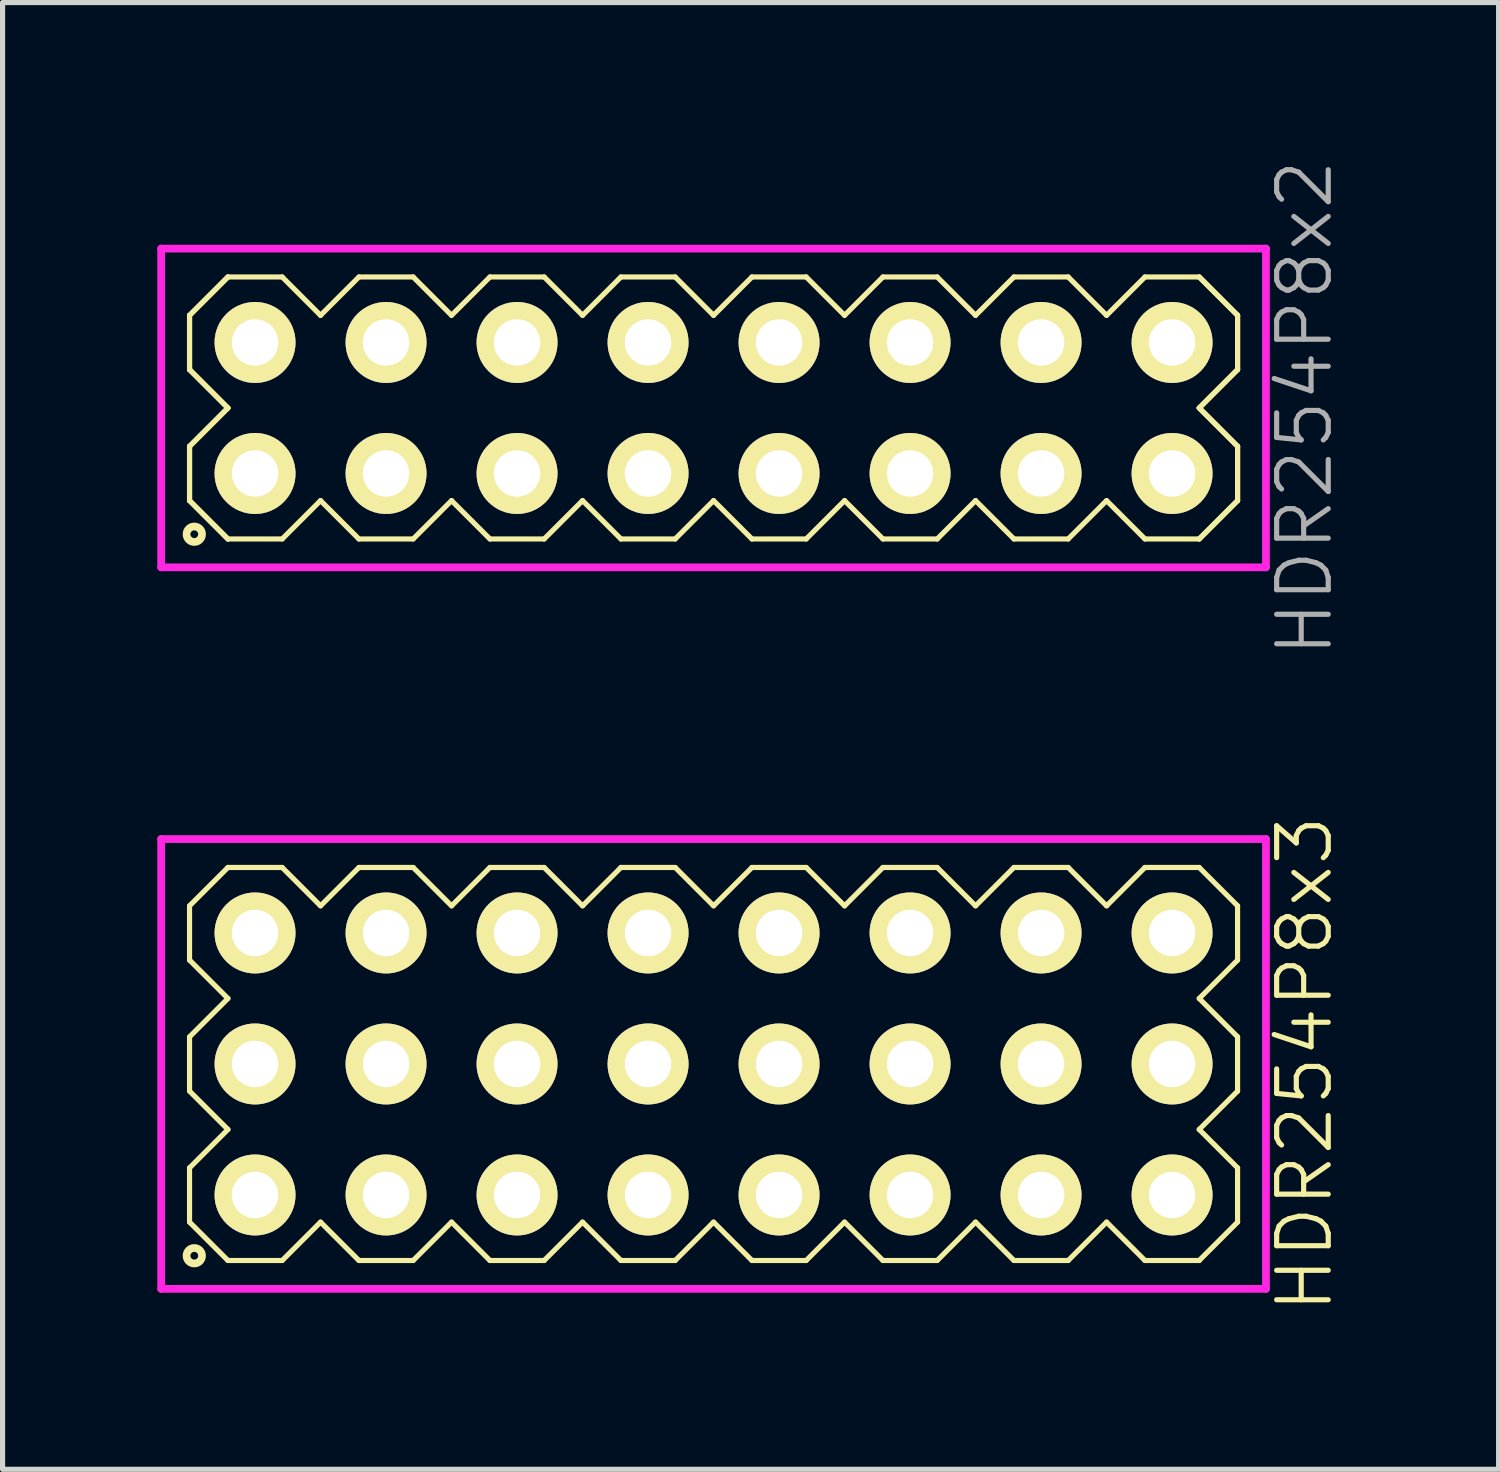
<source format=kicad_pcb>
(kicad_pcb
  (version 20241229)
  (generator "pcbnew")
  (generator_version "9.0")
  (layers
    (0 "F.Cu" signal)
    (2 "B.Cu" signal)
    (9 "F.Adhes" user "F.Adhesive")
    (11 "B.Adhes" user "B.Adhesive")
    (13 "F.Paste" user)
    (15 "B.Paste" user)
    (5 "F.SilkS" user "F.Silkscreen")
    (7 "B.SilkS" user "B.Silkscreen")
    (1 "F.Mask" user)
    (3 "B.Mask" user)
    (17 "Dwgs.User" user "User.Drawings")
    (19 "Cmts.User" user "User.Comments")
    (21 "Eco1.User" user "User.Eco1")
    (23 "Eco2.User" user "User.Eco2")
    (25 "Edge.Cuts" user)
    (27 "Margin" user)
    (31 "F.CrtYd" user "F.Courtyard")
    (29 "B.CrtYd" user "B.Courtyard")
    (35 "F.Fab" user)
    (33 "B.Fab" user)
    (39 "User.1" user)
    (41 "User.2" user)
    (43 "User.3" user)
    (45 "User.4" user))
  (footprint "HDR254P8x2"
    (layer "F.Cu")
    (at 10.785 4.86)
    (property "Reference" "HDR254P8x2" (at 11.46 0 90) (layer "F.Fab") (effects (font (size 1 1) (thickness 0.1))))
    (attr through_hole)
    (fp_line (start -10.16 -1.796) (end -9.416 -2.54) (stroke (width 0.1) (type solid)) (layer "F.SilkS"))
    (fp_line (start -10.16 -1.796) (end -9.416 -2.54) (stroke (width 0.1) (type solid)) (layer "F.SilkS"))
    (fp_line (start -10.16 -0.744) (end -10.16 -1.796) (stroke (width 0.1) (type solid)) (layer "F.SilkS"))
    (fp_line (start -10.16 -0.744) (end -10.16 -1.796) (stroke (width 0.1) (type solid)) (layer "F.SilkS"))
    (fp_line (start -10.16 0.744) (end -9.416 0) (stroke (width 0.1) (type solid)) (layer "F.SilkS"))
    (fp_line (start -10.16 0.744) (end -9.416 0) (stroke (width 0.1) (type solid)) (layer "F.SilkS"))
    (fp_line (start -10.16 1.796) (end -10.16 0.744) (stroke (width 0.1) (type solid)) (layer "F.SilkS"))
    (fp_line (start -10.16 1.796) (end -10.16 0.744) (stroke (width 0.1) (type solid)) (layer "F.SilkS"))
    (fp_line (start -9.416 -2.54) (end -8.364 -2.54) (stroke (width 0.1) (type solid)) (layer "F.SilkS"))
    (fp_line (start -9.416 0) (end -10.16 -0.744) (stroke (width 0.1) (type solid)) (layer "F.SilkS"))
    (fp_line (start -9.416 0) (end -10.16 -0.744) (stroke (width 0.1) (type solid)) (layer "F.SilkS"))
    (fp_line (start -9.416 2.54) (end -10.16 1.796) (stroke (width 0.1) (type solid)) (layer "F.SilkS"))
    (fp_line (start -9.416 2.54) (end -10.16 1.796) (stroke (width 0.1) (type solid)) (layer "F.SilkS"))
    (fp_line (start -8.364 -2.54) (end -7.62 -1.796) (stroke (width 0.1) (type solid)) (layer "F.SilkS"))
    (fp_line (start -8.364 2.54) (end -9.416 2.54) (stroke (width 0.1) (type solid)) (layer "F.SilkS"))
    (fp_line (start -7.62 -1.796) (end -6.876 -2.54) (stroke (width 0.1) (type solid)) (layer "F.SilkS"))
    (fp_line (start -7.62 1.796) (end -8.364 2.54) (stroke (width 0.1) (type solid)) (layer "F.SilkS"))
    (fp_line (start -6.876 -2.54) (end -5.824 -2.54) (stroke (width 0.1) (type solid)) (layer "F.SilkS"))
    (fp_line (start -6.876 2.54) (end -7.62 1.796) (stroke (width 0.1) (type solid)) (layer "F.SilkS"))
    (fp_line (start -5.824 -2.54) (end -5.08 -1.796) (stroke (width 0.1) (type solid)) (layer "F.SilkS"))
    (fp_line (start -5.824 2.54) (end -6.876 2.54) (stroke (width 0.1) (type solid)) (layer "F.SilkS"))
    (fp_line (start -5.08 -1.796) (end -4.336 -2.54) (stroke (width 0.1) (type solid)) (layer "F.SilkS"))
    (fp_line (start -5.08 1.796) (end -5.824 2.54) (stroke (width 0.1) (type solid)) (layer "F.SilkS"))
    (fp_line (start -4.336 -2.54) (end -3.284 -2.54) (stroke (width 0.1) (type solid)) (layer "F.SilkS"))
    (fp_line (start -4.336 2.54) (end -5.08 1.796) (stroke (width 0.1) (type solid)) (layer "F.SilkS"))
    (fp_line (start -3.284 -2.54) (end -2.54 -1.796) (stroke (width 0.1) (type solid)) (layer "F.SilkS"))
    (fp_line (start -3.284 2.54) (end -4.336 2.54) (stroke (width 0.1) (type solid)) (layer "F.SilkS"))
    (fp_line (start -2.54 -1.796) (end -1.796 -2.54) (stroke (width 0.1) (type solid)) (layer "F.SilkS"))
    (fp_line (start -2.54 1.796) (end -3.284 2.54) (stroke (width 0.1) (type solid)) (layer "F.SilkS"))
    (fp_line (start -1.796 -2.54) (end -0.744 -2.54) (stroke (width 0.1) (type solid)) (layer "F.SilkS"))
    (fp_line (start -1.796 2.54) (end -2.54 1.796) (stroke (width 0.1) (type solid)) (layer "F.SilkS"))
    (fp_line (start -0.744 -2.54) (end 0 -1.796) (stroke (width 0.1) (type solid)) (layer "F.SilkS"))
    (fp_line (start -0.744 2.54) (end -1.796 2.54) (stroke (width 0.1) (type solid)) (layer "F.SilkS"))
    (fp_line (start 0 -1.796) (end 0.744 -2.54) (stroke (width 0.1) (type solid)) (layer "F.SilkS"))
    (fp_line (start 0 1.796) (end -0.744 2.54) (stroke (width 0.1) (type solid)) (layer "F.SilkS"))
    (fp_line (start 0.744 -2.54) (end 1.796 -2.54) (stroke (width 0.1) (type solid)) (layer "F.SilkS"))
    (fp_line (start 0.744 2.54) (end 0 1.796) (stroke (width 0.1) (type solid)) (layer "F.SilkS"))
    (fp_line (start 1.796 -2.54) (end 2.54 -1.796) (stroke (width 0.1) (type solid)) (layer "F.SilkS"))
    (fp_line (start 1.796 2.54) (end 0.744 2.54) (stroke (width 0.1) (type solid)) (layer "F.SilkS"))
    (fp_line (start 2.54 -1.796) (end 3.284 -2.54) (stroke (width 0.1) (type solid)) (layer "F.SilkS"))
    (fp_line (start 2.54 1.796) (end 1.796 2.54) (stroke (width 0.1) (type solid)) (layer "F.SilkS"))
    (fp_line (start 3.284 -2.54) (end 4.336 -2.54) (stroke (width 0.1) (type solid)) (layer "F.SilkS"))
    (fp_line (start 3.284 2.54) (end 2.54 1.796) (stroke (width 0.1) (type solid)) (layer "F.SilkS"))
    (fp_line (start 4.336 -2.54) (end 5.08 -1.796) (stroke (width 0.1) (type solid)) (layer "F.SilkS"))
    (fp_line (start 4.336 2.54) (end 3.284 2.54) (stroke (width 0.1) (type solid)) (layer "F.SilkS"))
    (fp_line (start 5.08 -1.796) (end 5.824 -2.54) (stroke (width 0.1) (type solid)) (layer "F.SilkS"))
    (fp_line (start 5.08 1.796) (end 4.336 2.54) (stroke (width 0.1) (type solid)) (layer "F.SilkS"))
    (fp_line (start 5.824 -2.54) (end 6.876 -2.54) (stroke (width 0.1) (type solid)) (layer "F.SilkS"))
    (fp_line (start 5.824 2.54) (end 5.08 1.796) (stroke (width 0.1) (type solid)) (layer "F.SilkS"))
    (fp_line (start 6.876 -2.54) (end 7.62 -1.796) (stroke (width 0.1) (type solid)) (layer "F.SilkS"))
    (fp_line (start 6.876 2.54) (end 5.824 2.54) (stroke (width 0.1) (type solid)) (layer "F.SilkS"))
    (fp_line (start 7.62 -1.796) (end 8.364 -2.54) (stroke (width 0.1) (type solid)) (layer "F.SilkS"))
    (fp_line (start 7.62 1.796) (end 6.876 2.54) (stroke (width 0.1) (type solid)) (layer "F.SilkS"))
    (fp_line (start 8.364 -2.54) (end 9.416 -2.54) (stroke (width 0.1) (type solid)) (layer "F.SilkS"))
    (fp_line (start 8.364 2.54) (end 7.62 1.796) (stroke (width 0.1) (type solid)) (layer "F.SilkS"))
    (fp_line (start 9.416 -2.54) (end 10.16 -1.796) (stroke (width 0.1) (type solid)) (layer "F.SilkS"))
    (fp_line (start 9.416 -2.54) (end 10.16 -1.796) (stroke (width 0.1) (type solid)) (layer "F.SilkS"))
    (fp_line (start 9.416 0) (end 10.16 0.744) (stroke (width 0.1) (type solid)) (layer "F.SilkS"))
    (fp_line (start 9.416 0) (end 10.16 0.744) (stroke (width 0.1) (type solid)) (layer "F.SilkS"))
    (fp_line (start 9.416 2.54) (end 8.364 2.54) (stroke (width 0.1) (type solid)) (layer "F.SilkS"))
    (fp_line (start 10.16 -1.796) (end 10.16 -0.744) (stroke (width 0.1) (type solid)) (layer "F.SilkS"))
    (fp_line (start 10.16 -1.796) (end 10.16 -0.744) (stroke (width 0.1) (type solid)) (layer "F.SilkS"))
    (fp_line (start 10.16 -0.744) (end 9.416 0) (stroke (width 0.1) (type solid)) (layer "F.SilkS"))
    (fp_line (start 10.16 -0.744) (end 9.416 0) (stroke (width 0.1) (type solid)) (layer "F.SilkS"))
    (fp_line (start 10.16 0.744) (end 10.16 1.796) (stroke (width 0.1) (type solid)) (layer "F.SilkS"))
    (fp_line (start 10.16 0.744) (end 10.16 1.796) (stroke (width 0.1) (type solid)) (layer "F.SilkS"))
    (fp_line (start 10.16 1.796) (end 9.416 2.54) (stroke (width 0.1) (type solid)) (layer "F.SilkS"))
    (fp_line (start 10.16 1.796) (end 9.416 2.54) (stroke (width 0.1) (type solid)) (layer "F.SilkS"))
    (fp_circle (center -10.068 2.448) (end -9.918 2.448) (stroke (width 0.15) (type solid)) (fill no) (layer "F.SilkS"))
    (fp_line (start -10.71 -3.09) (end -10.71 3.09) (stroke (width 0.15) (type solid)) (layer "F.CrtYd"))
    (fp_line (start -10.71 3.09) (end 10.71 3.09) (stroke (width 0.15) (type solid)) (layer "F.CrtYd"))
    (fp_line (start 10.71 -3.09) (end -10.71 -3.09) (stroke (width 0.15) (type solid)) (layer "F.CrtYd"))
    (fp_line (start 10.71 3.09) (end 10.71 -3.09) (stroke (width 0.15) (type solid)) (layer "F.CrtYd"))
    (pad "1" thru_hole oval (at -8.89 1.27) (size 1.57 1.57) (drill 0.9) (layers "*.Cu" "*.Mask" "F.SilkS"))
    (pad "2" thru_hole oval (at -8.89 -1.27) (size 1.57 1.57) (drill 0.9) (layers "*.Cu" "*.Mask" "F.SilkS"))
    (pad "3" thru_hole oval (at -6.35 1.27) (size 1.57 1.57) (drill 0.9) (layers "*.Cu" "*.Mask" "F.SilkS"))
    (pad "4" thru_hole oval (at -6.35 -1.27) (size 1.57 1.57) (drill 0.9) (layers "*.Cu" "*.Mask" "F.SilkS"))
    (pad "5" thru_hole oval (at -3.81 1.27) (size 1.57 1.57) (drill 0.9) (layers "*.Cu" "*.Mask" "F.SilkS"))
    (pad "6" thru_hole oval (at -3.81 -1.27) (size 1.57 1.57) (drill 0.9) (layers "*.Cu" "*.Mask" "F.SilkS"))
    (pad "7" thru_hole oval (at -1.27 1.27) (size 1.57 1.57) (drill 0.9) (layers "*.Cu" "*.Mask" "F.SilkS"))
    (pad "8" thru_hole oval (at -1.27 -1.27) (size 1.57 1.57) (drill 0.9) (layers "*.Cu" "*.Mask" "F.SilkS"))
    (pad "9" thru_hole oval (at 1.27 1.27) (size 1.57 1.57) (drill 0.9) (layers "*.Cu" "*.Mask" "F.SilkS"))
    (pad "10" thru_hole oval (at 1.27 -1.27) (size 1.57 1.57) (drill 0.9) (layers "*.Cu" "*.Mask" "F.SilkS"))
    (pad "11" thru_hole oval (at 3.81 1.27) (size 1.57 1.57) (drill 0.9) (layers "*.Cu" "*.Mask" "F.SilkS"))
    (pad "12" thru_hole oval (at 3.81 -1.27) (size 1.57 1.57) (drill 0.9) (layers "*.Cu" "*.Mask" "F.SilkS"))
    (pad "13" thru_hole oval (at 6.35 1.27) (size 1.57 1.57) (drill 0.9) (layers "*.Cu" "*.Mask" "F.SilkS"))
    (pad "14" thru_hole oval (at 6.35 -1.27) (size 1.57 1.57) (drill 0.9) (layers "*.Cu" "*.Mask" "F.SilkS"))
    (pad "15" thru_hole oval (at 8.89 1.27) (size 1.57 1.57) (drill 0.9) (layers "*.Cu" "*.Mask" "F.SilkS"))
    (pad "16" thru_hole oval (at 8.89 -1.27) (size 1.57 1.57) (drill 0.9) (layers "*.Cu" "*.Mask" "F.SilkS")))
  (footprint "HDR254P8x3"
    (layer "F.Cu")
    (at 10.785 17.579)
    (property "Reference" "HDR254P8x3" (at 11.46 0 90) (layer "F.SilkS") (effects (font (size 1 1) (thickness 0.1))))
    (attr through_hole)
    (fp_line (start -10.16 -3.066) (end -9.416 -3.81) (stroke (width 0.1) (type solid)) (layer "F.SilkS"))
    (fp_line (start -10.16 -2.014) (end -10.16 -3.066) (stroke (width 0.1) (type solid)) (layer "F.SilkS"))
    (fp_line (start -10.16 -0.526) (end -9.416 -1.27) (stroke (width 0.1) (type solid)) (layer "F.SilkS"))
    (fp_line (start -10.16 0.526) (end -10.16 -0.526) (stroke (width 0.1) (type solid)) (layer "F.SilkS"))
    (fp_line (start -10.16 2.014) (end -9.416 1.27) (stroke (width 0.1) (type solid)) (layer "F.SilkS"))
    (fp_line (start -10.16 3.066) (end -10.16 2.014) (stroke (width 0.1) (type solid)) (layer "F.SilkS"))
    (fp_line (start -9.416 -3.81) (end -8.364 -3.81) (stroke (width 0.1) (type solid)) (layer "F.SilkS"))
    (fp_line (start -9.416 -1.27) (end -10.16 -2.014) (stroke (width 0.1) (type solid)) (layer "F.SilkS"))
    (fp_line (start -9.416 1.27) (end -10.16 0.526) (stroke (width 0.1) (type solid)) (layer "F.SilkS"))
    (fp_line (start -9.416 3.81) (end -10.16 3.066) (stroke (width 0.1) (type solid)) (layer "F.SilkS"))
    (fp_line (start -8.364 -3.81) (end -7.62 -3.066) (stroke (width 0.1) (type solid)) (layer "F.SilkS"))
    (fp_line (start -8.364 3.81) (end -9.416 3.81) (stroke (width 0.1) (type solid)) (layer "F.SilkS"))
    (fp_line (start -7.62 -3.066) (end -6.876 -3.81) (stroke (width 0.1) (type solid)) (layer "F.SilkS"))
    (fp_line (start -7.62 3.066) (end -8.364 3.81) (stroke (width 0.1) (type solid)) (layer "F.SilkS"))
    (fp_line (start -6.876 -3.81) (end -5.824 -3.81) (stroke (width 0.1) (type solid)) (layer "F.SilkS"))
    (fp_line (start -6.876 3.81) (end -7.62 3.066) (stroke (width 0.1) (type solid)) (layer "F.SilkS"))
    (fp_line (start -5.824 -3.81) (end -5.08 -3.066) (stroke (width 0.1) (type solid)) (layer "F.SilkS"))
    (fp_line (start -5.824 3.81) (end -6.876 3.81) (stroke (width 0.1) (type solid)) (layer "F.SilkS"))
    (fp_line (start -5.08 -3.066) (end -4.336 -3.81) (stroke (width 0.1) (type solid)) (layer "F.SilkS"))
    (fp_line (start -5.08 3.066) (end -5.824 3.81) (stroke (width 0.1) (type solid)) (layer "F.SilkS"))
    (fp_line (start -4.336 -3.81) (end -3.284 -3.81) (stroke (width 0.1) (type solid)) (layer "F.SilkS"))
    (fp_line (start -4.336 3.81) (end -5.08 3.066) (stroke (width 0.1) (type solid)) (layer "F.SilkS"))
    (fp_line (start -3.284 -3.81) (end -2.54 -3.066) (stroke (width 0.1) (type solid)) (layer "F.SilkS"))
    (fp_line (start -3.284 3.81) (end -4.336 3.81) (stroke (width 0.1) (type solid)) (layer "F.SilkS"))
    (fp_line (start -2.54 -3.066) (end -1.796 -3.81) (stroke (width 0.1) (type solid)) (layer "F.SilkS"))
    (fp_line (start -2.54 3.066) (end -3.284 3.81) (stroke (width 0.1) (type solid)) (layer "F.SilkS"))
    (fp_line (start -1.796 -3.81) (end -0.744 -3.81) (stroke (width 0.1) (type solid)) (layer "F.SilkS"))
    (fp_line (start -1.796 3.81) (end -2.54 3.066) (stroke (width 0.1) (type solid)) (layer "F.SilkS"))
    (fp_line (start -0.744 -3.81) (end 0 -3.066) (stroke (width 0.1) (type solid)) (layer "F.SilkS"))
    (fp_line (start -0.744 3.81) (end -1.796 3.81) (stroke (width 0.1) (type solid)) (layer "F.SilkS"))
    (fp_line (start 0 -3.066) (end 0.744 -3.81) (stroke (width 0.1) (type solid)) (layer "F.SilkS"))
    (fp_line (start 0 3.066) (end -0.744 3.81) (stroke (width 0.1) (type solid)) (layer "F.SilkS"))
    (fp_line (start 0.744 -3.81) (end 1.796 -3.81) (stroke (width 0.1) (type solid)) (layer "F.SilkS"))
    (fp_line (start 0.744 3.81) (end 0 3.066) (stroke (width 0.1) (type solid)) (layer "F.SilkS"))
    (fp_line (start 1.796 -3.81) (end 2.54 -3.066) (stroke (width 0.1) (type solid)) (layer "F.SilkS"))
    (fp_line (start 1.796 3.81) (end 0.744 3.81) (stroke (width 0.1) (type solid)) (layer "F.SilkS"))
    (fp_line (start 2.54 -3.066) (end 3.284 -3.81) (stroke (width 0.1) (type solid)) (layer "F.SilkS"))
    (fp_line (start 2.54 3.066) (end 1.796 3.81) (stroke (width 0.1) (type solid)) (layer "F.SilkS"))
    (fp_line (start 3.284 -3.81) (end 4.336 -3.81) (stroke (width 0.1) (type solid)) (layer "F.SilkS"))
    (fp_line (start 3.284 3.81) (end 2.54 3.066) (stroke (width 0.1) (type solid)) (layer "F.SilkS"))
    (fp_line (start 4.336 -3.81) (end 5.08 -3.066) (stroke (width 0.1) (type solid)) (layer "F.SilkS"))
    (fp_line (start 4.336 3.81) (end 3.284 3.81) (stroke (width 0.1) (type solid)) (layer "F.SilkS"))
    (fp_line (start 5.08 -3.066) (end 5.824 -3.81) (stroke (width 0.1) (type solid)) (layer "F.SilkS"))
    (fp_line (start 5.08 3.066) (end 4.336 3.81) (stroke (width 0.1) (type solid)) (layer "F.SilkS"))
    (fp_line (start 5.824 -3.81) (end 6.876 -3.81) (stroke (width 0.1) (type solid)) (layer "F.SilkS"))
    (fp_line (start 5.824 3.81) (end 5.08 3.066) (stroke (width 0.1) (type solid)) (layer "F.SilkS"))
    (fp_line (start 6.876 -3.81) (end 7.62 -3.066) (stroke (width 0.1) (type solid)) (layer "F.SilkS"))
    (fp_line (start 6.876 3.81) (end 5.824 3.81) (stroke (width 0.1) (type solid)) (layer "F.SilkS"))
    (fp_line (start 7.62 -3.066) (end 8.364 -3.81) (stroke (width 0.1) (type solid)) (layer "F.SilkS"))
    (fp_line (start 7.62 3.066) (end 6.876 3.81) (stroke (width 0.1) (type solid)) (layer "F.SilkS"))
    (fp_line (start 8.364 -3.81) (end 9.416 -3.81) (stroke (width 0.1) (type solid)) (layer "F.SilkS"))
    (fp_line (start 8.364 3.81) (end 7.62 3.066) (stroke (width 0.1) (type solid)) (layer "F.SilkS"))
    (fp_line (start 9.416 -3.81) (end 10.16 -3.066) (stroke (width 0.1) (type solid)) (layer "F.SilkS"))
    (fp_line (start 9.416 -1.27) (end 10.16 -0.526) (stroke (width 0.1) (type solid)) (layer "F.SilkS"))
    (fp_line (start 9.416 1.27) (end 10.16 2.014) (stroke (width 0.1) (type solid)) (layer "F.SilkS"))
    (fp_line (start 9.416 3.81) (end 8.364 3.81) (stroke (width 0.1) (type solid)) (layer "F.SilkS"))
    (fp_line (start 10.16 -3.066) (end 10.16 -2.014) (stroke (width 0.1) (type solid)) (layer "F.SilkS"))
    (fp_line (start 10.16 -2.014) (end 9.416 -1.27) (stroke (width 0.1) (type solid)) (layer "F.SilkS"))
    (fp_line (start 10.16 -0.526) (end 10.16 0.526) (stroke (width 0.1) (type solid)) (layer "F.SilkS"))
    (fp_line (start 10.16 0.526) (end 9.416 1.27) (stroke (width 0.1) (type solid)) (layer "F.SilkS"))
    (fp_line (start 10.16 2.014) (end 10.16 3.066) (stroke (width 0.1) (type solid)) (layer "F.SilkS"))
    (fp_line (start 10.16 3.066) (end 9.416 3.81) (stroke (width 0.1) (type solid)) (layer "F.SilkS"))
    (fp_circle (center -10.068 3.718) (end -9.918 3.718) (stroke (width 0.15) (type solid)) (fill no) (layer "F.SilkS"))
    (fp_line (start -10.71 -4.36) (end -10.71 4.36) (stroke (width 0.15) (type solid)) (layer "F.CrtYd"))
    (fp_line (start -10.71 4.36) (end 10.71 4.36) (stroke (width 0.15) (type solid)) (layer "F.CrtYd"))
    (fp_line (start 10.71 -4.36) (end -10.71 -4.36) (stroke (width 0.15) (type solid)) (layer "F.CrtYd"))
    (fp_line (start 10.71 4.36) (end 10.71 -4.36) (stroke (width 0.15) (type solid)) (layer "F.CrtYd"))
    (pad "1" thru_hole oval (at -8.89 2.54) (size 1.57 1.57) (drill 0.9) (layers "*.Cu" "*.Mask" "F.SilkS"))
    (pad "2" thru_hole oval (at -8.89 0) (size 1.57 1.57) (drill 0.9) (layers "*.Cu" "*.Mask" "F.SilkS"))
    (pad "3" thru_hole oval (at -8.89 -2.54) (size 1.57 1.57) (drill 0.9) (layers "*.Cu" "*.Mask" "F.SilkS"))
    (pad "4" thru_hole oval (at -6.35 2.54) (size 1.57 1.57) (drill 0.9) (layers "*.Cu" "*.Mask" "F.SilkS"))
    (pad "5" thru_hole oval (at -6.35 0) (size 1.57 1.57) (drill 0.9) (layers "*.Cu" "*.Mask" "F.SilkS"))
    (pad "6" thru_hole oval (at -6.35 -2.54) (size 1.57 1.57) (drill 0.9) (layers "*.Cu" "*.Mask" "F.SilkS"))
    (pad "7" thru_hole oval (at -3.81 2.54) (size 1.57 1.57) (drill 0.9) (layers "*.Cu" "*.Mask" "F.SilkS"))
    (pad "8" thru_hole oval (at -3.81 0) (size 1.57 1.57) (drill 0.9) (layers "*.Cu" "*.Mask" "F.SilkS"))
    (pad "9" thru_hole oval (at -3.81 -2.54) (size 1.57 1.57) (drill 0.9) (layers "*.Cu" "*.Mask" "F.SilkS"))
    (pad "10" thru_hole oval (at -1.27 2.54) (size 1.57 1.57) (drill 0.9) (layers "*.Cu" "*.Mask" "F.SilkS"))
    (pad "11" thru_hole oval (at -1.27 0) (size 1.57 1.57) (drill 0.9) (layers "*.Cu" "*.Mask" "F.SilkS"))
    (pad "12" thru_hole oval (at -1.27 -2.54) (size 1.57 1.57) (drill 0.9) (layers "*.Cu" "*.Mask" "F.SilkS"))
    (pad "13" thru_hole oval (at 1.27 2.54) (size 1.57 1.57) (drill 0.9) (layers "*.Cu" "*.Mask" "F.SilkS"))
    (pad "14" thru_hole oval (at 1.27 0) (size 1.57 1.57) (drill 0.9) (layers "*.Cu" "*.Mask" "F.SilkS"))
    (pad "15" thru_hole oval (at 1.27 -2.54) (size 1.57 1.57) (drill 0.9) (layers "*.Cu" "*.Mask" "F.SilkS"))
    (pad "16" thru_hole oval (at 3.81 2.54) (size 1.57 1.57) (drill 0.9) (layers "*.Cu" "*.Mask" "F.SilkS"))
    (pad "17" thru_hole oval (at 3.81 0) (size 1.57 1.57) (drill 0.9) (layers "*.Cu" "*.Mask" "F.SilkS"))
    (pad "18" thru_hole oval (at 3.81 -2.54) (size 1.57 1.57) (drill 0.9) (layers "*.Cu" "*.Mask" "F.SilkS"))
    (pad "19" thru_hole oval (at 6.35 2.54) (size 1.57 1.57) (drill 0.9) (layers "*.Cu" "*.Mask" "F.SilkS"))
    (pad "20" thru_hole oval (at 6.35 0) (size 1.57 1.57) (drill 0.9) (layers "*.Cu" "*.Mask" "F.SilkS"))
    (pad "21" thru_hole oval (at 6.35 -2.54) (size 1.57 1.57) (drill 0.9) (layers "*.Cu" "*.Mask" "F.SilkS"))
    (pad "22" thru_hole oval (at 8.89 2.54) (size 1.57 1.57) (drill 0.9) (layers "*.Cu" "*.Mask" "F.SilkS"))
    (pad "23" thru_hole oval (at 8.89 0) (size 1.57 1.57) (drill 0.9) (layers "*.Cu" "*.Mask" "F.SilkS"))
    (pad "24" thru_hole oval (at 8.89 -2.54) (size 1.57 1.57) (drill 0.9) (layers "*.Cu" "*.Mask" "F.SilkS")))
  (gr_rect
    (start -3 -3)
    (end 26.006 25.438)
    (stroke (width 0.1) (type default))
    (fill no)
    (layer "Edge.Cuts")))
</source>
